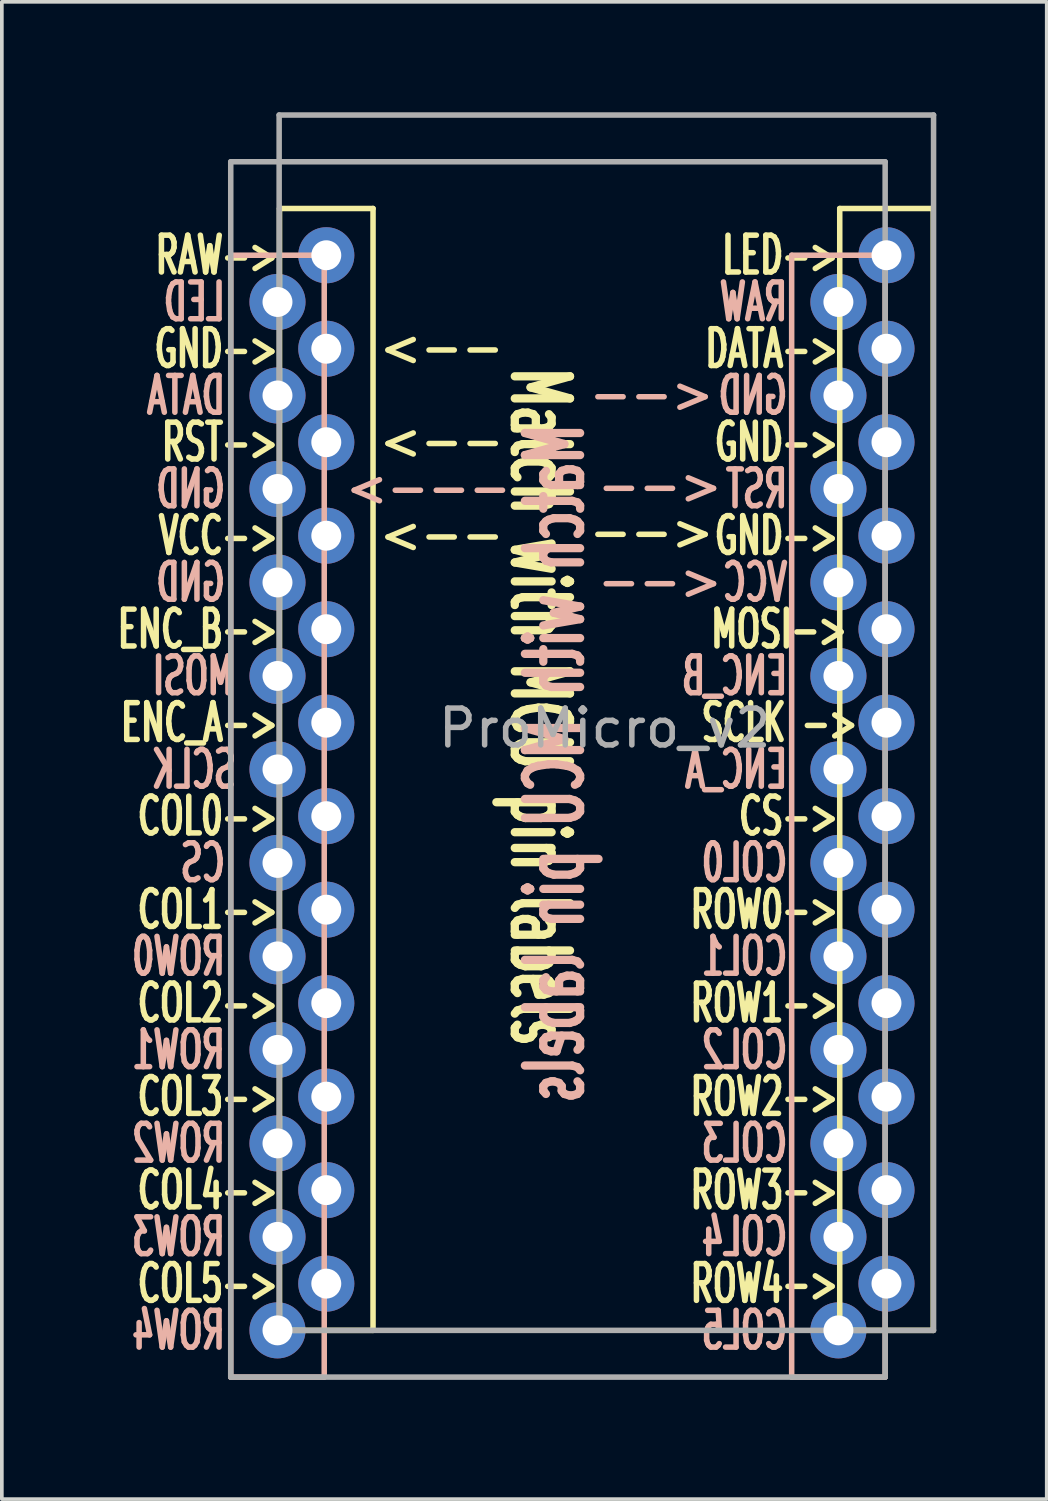
<source format=kicad_pcb>
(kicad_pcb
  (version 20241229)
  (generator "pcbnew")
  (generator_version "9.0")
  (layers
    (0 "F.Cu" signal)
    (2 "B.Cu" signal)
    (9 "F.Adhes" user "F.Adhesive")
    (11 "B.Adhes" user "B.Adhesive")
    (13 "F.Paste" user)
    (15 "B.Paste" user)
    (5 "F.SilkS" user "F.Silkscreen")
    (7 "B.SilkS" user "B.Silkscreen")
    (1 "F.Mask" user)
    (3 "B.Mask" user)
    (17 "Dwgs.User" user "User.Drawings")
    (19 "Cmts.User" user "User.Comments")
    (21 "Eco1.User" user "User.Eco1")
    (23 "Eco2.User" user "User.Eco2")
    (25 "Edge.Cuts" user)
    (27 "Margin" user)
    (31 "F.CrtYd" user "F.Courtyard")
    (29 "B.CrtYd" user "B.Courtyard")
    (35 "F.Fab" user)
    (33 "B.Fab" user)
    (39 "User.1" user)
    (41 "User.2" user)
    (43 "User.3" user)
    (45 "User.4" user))
  (footprint "ProMicro_v2"
    (layer "F.Cu")
    (at 13.379 18.363)
    (property "Reference" "ProMicro_v2" (at 0 -1.63 0) (layer "F.Fab") (effects (font (size 1 1) (thickness 0.15))))
    (attr through_hole)
    (fp_line (start -8.834 -15.748) (end -6.294 -15.748) (stroke (width 0.15) (type solid)) (layer "F.SilkS"))
    (fp_line (start -8.834 14.732) (end -8.834 -15.748) (stroke (width 0.15) (type solid)) (layer "F.SilkS"))
    (fp_line (start -6.294 -15.748) (end -6.294 14.732) (stroke (width 0.15) (type solid)) (layer "F.SilkS"))
    (fp_line (start -6.294 14.732) (end -8.834 14.732) (stroke (width 0.15) (type solid)) (layer "F.SilkS"))
    (fp_line (start 6.386 -15.748) (end 8.926 -15.748) (stroke (width 0.15) (type solid)) (layer "F.SilkS"))
    (fp_line (start 6.386 14.732) (end 6.386 -15.748) (stroke (width 0.15) (type solid)) (layer "F.SilkS"))
    (fp_line (start 8.926 -15.748) (end 8.926 14.732) (stroke (width 0.15) (type solid)) (layer "F.SilkS"))
    (fp_line (start 8.926 14.732) (end 6.386 14.732) (stroke (width 0.15) (type solid)) (layer "F.SilkS"))
    (fp_line (start -10.16 -14.478) (end -7.62 -14.478) (stroke (width 0.15) (type solid)) (layer "B.SilkS"))
    (fp_line (start -10.16 16.002) (end -10.16 -14.478) (stroke (width 0.15) (type solid)) (layer "B.SilkS"))
    (fp_line (start -7.62 -14.478) (end -7.62 16.002) (stroke (width 0.15) (type solid)) (layer "B.SilkS"))
    (fp_line (start -7.62 16.002) (end -10.16 16.002) (stroke (width 0.15) (type solid)) (layer "B.SilkS"))
    (fp_line (start 5.08 -14.478) (end 7.62 -14.478) (stroke (width 0.15) (type solid)) (layer "B.SilkS"))
    (fp_line (start 5.08 16.002) (end 5.08 -14.478) (stroke (width 0.15) (type solid)) (layer "B.SilkS"))
    (fp_line (start 7.62 -14.478) (end 7.62 16.002) (stroke (width 0.15) (type solid)) (layer "B.SilkS"))
    (fp_line (start 7.62 16.002) (end 5.08 16.002) (stroke (width 0.15) (type solid)) (layer "B.SilkS"))
    (fp_line (start -10.16 -17.018) (end 7.62 -17.018) (stroke (width 0.15) (type solid)) (layer "F.Fab"))
    (fp_line (start -10.16 16.002) (end -10.16 -17.018) (stroke (width 0.15) (type solid)) (layer "F.Fab"))
    (fp_line (start -8.845 -18.288) (end 8.935 -18.288) (stroke (width 0.15) (type solid)) (layer "F.Fab"))
    (fp_line (start -8.845 14.732) (end -8.845 -18.288) (stroke (width 0.15) (type solid)) (layer "F.Fab"))
    (fp_line (start 7.62 -17.018) (end 7.62 16.002) (stroke (width 0.15) (type solid)) (layer "F.Fab"))
    (fp_line (start 7.62 16.002) (end -10.16 16.002) (stroke (width 0.15) (type solid)) (layer "F.Fab"))
    (fp_line (start 8.935 -18.288) (end 8.935 14.732) (stroke (width 0.15) (type solid)) (layer "F.Fab"))
    (fp_line (start 8.935 14.732) (end -8.845 14.732) (stroke (width 0.15) (type solid)) (layer "F.Fab"))
    (fp_line (start -9.779 -14.351) (end -9.779 14.732) (stroke (width 0.12) (type solid)) (layer "User.3"))
    (fp_line (start -6.731 -14.351) (end -6.731 14.732) (stroke (width 0.12) (type solid)) (layer "User.3"))
    (fp_line (start 5.461 -14.351) (end 5.461 14.732) (stroke (width 0.12) (type solid)) (layer "User.3"))
    (fp_line (start 8.509 -14.351) (end 8.509 14.732) (stroke (width 0.12) (type solid)) (layer "User.3"))
    (fp_arc (start -9.779 -14.351) (mid -8.255 -15.875) (end -6.731 -14.351) (stroke (width 0.12) (type solid)) (layer "User.3"))
    (fp_arc (start -6.731 14.732) (mid -8.255 16.256) (end -9.779 14.732) (stroke (width 0.12) (type solid)) (layer "User.3"))
    (fp_arc (start 5.461 -14.351) (mid 6.985 -15.875) (end 8.509 -14.351) (stroke (width 0.12) (type solid)) (layer "User.3"))
    (fp_arc (start 8.509 14.732) (mid 6.985 16.256) (end 5.461 14.732) (stroke (width 0.12) (type solid)) (layer "User.3"))
    (fp_text user "ENC_B->" (at -11.057 -4.318 0) (layer "F.SilkS") (effects (font (size 1 0.6) (thickness 0.15))))
    (fp_text user "Match with MCU pin labels" (at -1.76 -2.21 270) (unlocked yes) (layer "F.SilkS") (effects (font (size 1.5 0.9) (thickness 0.225))))
    (fp_text user "GND->" (at 4.664 -9.398 0) (layer "F.SilkS") (effects (font (size 1 0.6) (thickness 0.15))))
    (fp_text user "COL4->" (at -10.786 10.922 0) (layer "F.SilkS") (effects (font (size 1 0.6) (thickness 0.15))))
    (fp_text user "<--" (at -6.2 -11.978 0) (unlocked yes) (layer "F.SilkS") (effects (font (size 1 0.9) (thickness 0.15)) (justify left)))
    (fp_text user "COL2->" (at -10.786 5.842 0) (layer "F.SilkS") (effects (font (size 1 0.6) (thickness 0.15))))
    (fp_text user "<--" (at -6.2 -9.438 0) (unlocked yes) (layer "F.SilkS") (effects (font (size 1 0.9) (thickness 0.15)) (justify left)))
    (fp_text user "ENC_A->" (at -11.014 -1.778 0) (layer "F.SilkS") (effects (font (size 1 0.6) (thickness 0.15))))
    (fp_text user "DATA->" (at 4.536 -11.938 0) (layer "F.SilkS") (effects (font (size 1 0.6) (thickness 0.15))))
    (fp_text user "LED->" (at 4.764 -14.478 0) (layer "F.SilkS") (effects (font (size 1 0.6) (thickness 0.15))))
    (fp_text user "<--" (at -6.2 -6.898 0) (unlocked yes) (layer "F.SilkS") (effects (font (size 1 0.9) (thickness 0.15)) (justify left)))
    (fp_text user "COL5->" (at -10.786 13.462 0) (layer "F.SilkS") (effects (font (size 1 0.6) (thickness 0.15))))
    (fp_text user "ROW4->" (at 4.336 13.462 0) (layer "F.SilkS") (effects (font (size 1 0.6) (thickness 0.15))))
    (fp_text user "ROW1->" (at 4.336 5.842 0) (layer "F.SilkS") (effects (font (size 1 0.6) (thickness 0.15))))
    (fp_text user "GND->" (at 4.664 -6.858 0) (layer "F.SilkS") (effects (font (size 1 0.6) (thickness 0.15))))
    (fp_text user "CS->" (at 4.993 0.762 0) (layer "F.SilkS") (effects (font (size 1 0.6) (thickness 0.15))))
    (fp_text user "SCLK ->" (at 4.75 -1.778 0) (layer "F.SilkS") (effects (font (size 1 0.6) (thickness 0.15))))
    (fp_text user "ROW2->" (at 4.336 8.382 0) (layer "F.SilkS") (effects (font (size 1 0.6) (thickness 0.15))))
    (fp_text user "RAW->" (at -10.543 -14.478 0) (layer "F.SilkS") (effects (font (size 1 0.6) (thickness 0.15))))
    (fp_text user "COL3->" (at -10.786 8.382 0) (layer "F.SilkS") (effects (font (size 1 0.6) (thickness 0.15))))
    (fp_text user "GND->" (at -10.557 -11.938 0) (layer "F.SilkS") (effects (font (size 1 0.6) (thickness 0.15))))
    (fp_text user "ROW0->" (at 4.336 3.302 0) (layer "F.SilkS") (effects (font (size 1 0.6) (thickness 0.15))))
    (fp_text user "COL0->" (at -10.786 0.762 0) (layer "F.SilkS") (effects (font (size 1 0.6) (thickness 0.15))))
    (fp_text user "MOSI->" (at 4.736 -4.318 0) (layer "F.SilkS") (effects (font (size 1 0.6) (thickness 0.15))))
    (fp_text user "VCC->" (at -10.5 -6.858 0) (layer "F.SilkS") (effects (font (size 1 0.6) (thickness 0.15))))
    (fp_text user "ROW3->" (at 4.336 10.922 0) (layer "F.SilkS") (effects (font (size 1 0.6) (thickness 0.15))))
    (fp_text user "RST->" (at -10.457 -9.398 0) (layer "F.SilkS") (effects (font (size 1 0.6) (thickness 0.15))))
    (fp_text user "COL1->" (at -10.786 3.302 0) (layer "F.SilkS") (effects (font (size 1 0.6) (thickness 0.15))))
    (fp_text user "-->" (at 3.042 -6.97 0) (unlocked yes) (layer "F.SilkS") (effects (font (size 1 0.9) (thickness 0.15)) (justify right)))
    (fp_text user "Match with MCU pin labels" (at -1.35 -0.67 90) (unlocked yes) (layer "B.SilkS") (effects (font (size 1.5 0.9) (thickness 0.225)) (justify mirror)))
    (fp_text user "--->" (at -7.118 -8.168 0) (unlocked yes) (layer "B.SilkS") (effects (font (size 1 0.9) (thickness 0.15)) (justify right mirror)))
    (fp_text user "COL4" (at 3.798 12.192 0) (layer "B.SilkS") (effects (font (size 1 0.6) (thickness 0.15)) (justify mirror)))
    (fp_text user "ROW3" (at -11.578 12.192 0) (layer "B.SilkS") (effects (font (size 1 0.6) (thickness 0.15)) (justify mirror)))
    (fp_text user "RAW" (at 4.041 -13.208 0) (layer "B.SilkS") (effects (font (size 1 0.6) (thickness 0.15)) (justify mirror)))
    (fp_text user "COL0" (at 3.798 2.032 0) (layer "B.SilkS") (effects (font (size 1 0.6) (thickness 0.15)) (justify mirror)))
    (fp_text user "COL3" (at 3.798 9.652 0) (layer "B.SilkS") (effects (font (size 1 0.6) (thickness 0.15)) (justify mirror)))
    (fp_text user "ENC_A" (at 3.57 -0.508 0) (layer "B.SilkS") (effects (font (size 1 0.6) (thickness 0.15)) (justify mirror)))
    (fp_text user "DATA" (at -11.378 -10.668 0) (layer "B.SilkS") (effects (font (size 1 0.6) (thickness 0.15)) (justify mirror)))
    (fp_text user "COL2" (at 3.798 7.112 0) (layer "B.SilkS") (effects (font (size 1 0.6) (thickness 0.15)) (justify mirror)))
    (fp_text user "RST" (at 4.127 -8.128 0) (layer "B.SilkS") (effects (font (size 1 0.6) (thickness 0.15)) (justify mirror)))
    (fp_text user "COL5" (at 3.798 14.732 0) (layer "B.SilkS") (effects (font (size 1 0.6) (thickness 0.15)) (justify mirror)))
    (fp_text user "GND" (at 4.027 -10.668 0) (layer "B.SilkS") (effects (font (size 1 0.6) (thickness 0.15)) (justify mirror)))
    (fp_text user "<--" (at 3.042 -10.708 0) (unlocked yes) (layer "B.SilkS") (effects (font (size 1 0.9) (thickness 0.15)) (justify left mirror)))
    (fp_text user "GND" (at -11.249 -8.128 0) (layer "B.SilkS") (effects (font (size 1 0.6) (thickness 0.15)) (justify mirror)))
    (fp_text user "COL1" (at 3.798 4.572 0) (layer "B.SilkS") (effects (font (size 1 0.6) (thickness 0.15)) (justify mirror)))
    (fp_text user "MOSI" (at -11.178 -3.048 0) (layer "B.SilkS") (effects (font (size 1 0.6) (thickness 0.15)) (justify mirror)))
    (fp_text user "VCC" (at 4.084 -5.588 0) (layer "B.SilkS") (effects (font (size 1 0.6) (thickness 0.15)) (justify mirror)))
    (fp_text user "<--" (at 1.5 -5.628 0) (unlocked yes) (layer "B.SilkS") (effects (font (size 1 0.9) (thickness 0.15)) (justify mirror)))
    (fp_text user "LED" (at -11.149 -13.208 0) (layer "B.SilkS") (effects (font (size 1 0.6) (thickness 0.15)) (justify mirror)))
    (fp_text user "ROW0" (at -11.578 4.572 0) (layer "B.SilkS") (effects (font (size 1 0.6) (thickness 0.15)) (justify mirror)))
    (fp_text user "ENC_B" (at 3.527 -3.048 0) (layer "B.SilkS") (effects (font (size 1 0.6) (thickness 0.15)) (justify mirror)))
    (fp_text user "<--" (at 1.5 -8.22 0) (unlocked yes) (layer "B.SilkS") (effects (font (size 1 0.9) (thickness 0.15)) (justify mirror)))
    (fp_text user "ROW4" (at -11.578 14.732 0) (layer "B.SilkS") (effects (font (size 1 0.6) (thickness 0.15)) (justify mirror)))
    (fp_text user "GND" (at -11.249 -5.588 0) (layer "B.SilkS") (effects (font (size 1 0.6) (thickness 0.15)) (justify mirror)))
    (fp_text user "ROW2" (at -11.578 9.652 0) (layer "B.SilkS") (effects (font (size 1 0.6) (thickness 0.15)) (justify mirror)))
    (fp_text user "SCLK" (at -11.163 -0.508 0) (layer "B.SilkS") (effects (font (size 1 0.6) (thickness 0.15)) (justify mirror)))
    (fp_text user "ROW1" (at -11.578 7.112 0) (layer "B.SilkS") (effects (font (size 1 0.6) (thickness 0.15)) (justify mirror)))
    (fp_text user "CS" (at -10.92 2.032 0) (layer "B.SilkS") (effects (font (size 1 0.6) (thickness 0.15)) (justify mirror)))
    (pad "1" thru_hole circle (at -8.89 -13.208) (size 1.524 1.524) (drill 0.813) (layers "*.Cu" "F.Mask"))
    (pad "1" thru_hole circle (at 7.656 -14.478) (size 1.524 1.524) (drill 0.813) (layers "*.Cu" "B.Mask"))
    (pad "2" thru_hole circle (at -8.89 -10.668) (size 1.524 1.524) (drill 0.813) (layers "*.Cu" "F.Mask"))
    (pad "2" thru_hole circle (at 7.656 -11.938) (size 1.524 1.524) (drill 0.813) (layers "*.Cu" "B.Mask"))
    (pad "3" thru_hole circle (at -8.89 -8.128) (size 1.524 1.524) (drill 0.813) (layers "*.Cu" "F.Mask"))
    (pad "3" thru_hole circle (at 7.656 -9.398) (size 1.524 1.524) (drill 0.813) (layers "*.Cu" "B.Mask"))
    (pad "4" thru_hole circle (at -8.89 -5.588) (size 1.524 1.524) (drill 0.813) (layers "*.Cu" "F.Mask"))
    (pad "4" thru_hole circle (at 7.656 -6.858) (size 1.524 1.524) (drill 0.813) (layers "*.Cu" "B.Mask"))
    (pad "5" thru_hole circle (at -8.89 -3.048) (size 1.524 1.524) (drill 0.813) (layers "*.Cu" "F.Mask"))
    (pad "5" thru_hole circle (at 7.656 -4.318) (size 1.524 1.524) (drill 0.813) (layers "*.Cu" "B.Mask"))
    (pad "6" thru_hole circle (at -8.89 -0.508) (size 1.524 1.524) (drill 0.813) (layers "*.Cu" "F.Mask"))
    (pad "6" thru_hole circle (at 7.656 -1.778) (size 1.524 1.524) (drill 0.813) (layers "*.Cu" "B.Mask"))
    (pad "7" thru_hole circle (at -8.89 2.032) (size 1.524 1.524) (drill 0.813) (layers "*.Cu" "F.Mask"))
    (pad "7" thru_hole circle (at 7.656 0.762) (size 1.524 1.524) (drill 0.813) (layers "*.Cu" "B.Mask"))
    (pad "8" thru_hole circle (at -8.89 4.572) (size 1.524 1.524) (drill 0.813) (layers "*.Cu" "F.Mask"))
    (pad "8" thru_hole circle (at 7.656 3.302) (size 1.524 1.524) (drill 0.813) (layers "*.Cu" "B.Mask"))
    (pad "9" thru_hole circle (at -8.89 7.112) (size 1.524 1.524) (drill 0.813) (layers "*.Cu" "F.Mask"))
    (pad "9" thru_hole circle (at 7.656 5.842) (size 1.524 1.524) (drill 0.813) (layers "*.Cu" "B.Mask"))
    (pad "10" thru_hole circle (at -8.89 9.652) (size 1.524 1.524) (drill 0.813) (layers "*.Cu" "F.Mask"))
    (pad "10" thru_hole circle (at 7.656 8.382) (size 1.524 1.524) (drill 0.813) (layers "*.Cu" "B.Mask"))
    (pad "11" thru_hole circle (at -8.89 12.192) (size 1.524 1.524) (drill 0.813) (layers "*.Cu" "F.Mask"))
    (pad "11" thru_hole circle (at 7.656 10.922) (size 1.524 1.524) (drill 0.813) (layers "*.Cu" "B.Mask"))
    (pad "12" thru_hole circle (at -8.89 14.732) (size 1.524 1.524) (drill 0.813) (layers "*.Cu" "F.Mask"))
    (pad "12" thru_hole circle (at 7.656 13.462) (size 1.524 1.524) (drill 0.813) (layers "*.Cu" "B.Mask"))
    (pad "13" thru_hole circle (at -7.564 13.462) (size 1.524 1.524) (drill 0.813) (layers "*.Cu" "B.Mask"))
    (pad "13" thru_hole circle (at 6.35 14.732) (size 1.524 1.524) (drill 0.813) (layers "*.Cu" "F.Mask"))
    (pad "14" thru_hole circle (at -7.564 10.922) (size 1.524 1.524) (drill 0.813) (layers "*.Cu" "B.Mask"))
    (pad "14" thru_hole circle (at 6.35 12.192) (size 1.524 1.524) (drill 0.813) (layers "*.Cu" "F.Mask"))
    (pad "15" thru_hole circle (at -7.564 8.382) (size 1.524 1.524) (drill 0.813) (layers "*.Cu" "B.Mask"))
    (pad "15" thru_hole circle (at 6.35 9.652) (size 1.524 1.524) (drill 0.813) (layers "*.Cu" "F.Mask"))
    (pad "16" thru_hole circle (at -7.564 5.842) (size 1.524 1.524) (drill 0.813) (layers "*.Cu" "B.Mask"))
    (pad "16" thru_hole circle (at 6.35 7.112) (size 1.524 1.524) (drill 0.813) (layers "*.Cu" "F.Mask"))
    (pad "17" thru_hole circle (at -7.564 3.302) (size 1.524 1.524) (drill 0.813) (layers "*.Cu" "B.Mask"))
    (pad "17" thru_hole circle (at 6.35 4.572) (size 1.524 1.524) (drill 0.813) (layers "*.Cu" "F.Mask"))
    (pad "18" thru_hole circle (at -7.564 0.762) (size 1.524 1.524) (drill 0.813) (layers "*.Cu" "B.Mask"))
    (pad "18" thru_hole circle (at 6.35 2.032) (size 1.524 1.524) (drill 0.813) (layers "*.Cu" "F.Mask"))
    (pad "19" thru_hole circle (at -7.564 -1.778) (size 1.524 1.524) (drill 0.813) (layers "*.Cu" "B.Mask"))
    (pad "19" thru_hole circle (at 6.35 -0.508) (size 1.524 1.524) (drill 0.813) (layers "*.Cu" "F.Mask"))
    (pad "20" thru_hole circle (at -7.564 -4.318) (size 1.524 1.524) (drill 0.813) (layers "*.Cu" "B.Mask"))
    (pad "20" thru_hole circle (at 6.35 -3.048) (size 1.524 1.524) (drill 0.813) (layers "*.Cu" "F.Mask"))
    (pad "21" thru_hole circle (at -7.564 -6.858) (size 1.524 1.524) (drill 0.813) (layers "*.Cu" "B.Mask"))
    (pad "21" thru_hole circle (at 6.35 -5.588) (size 1.524 1.524) (drill 0.813) (layers "*.Cu" "F.Mask"))
    (pad "22" thru_hole circle (at -7.564 -9.398) (size 1.524 1.524) (drill 0.813) (layers "*.Cu" "B.Mask"))
    (pad "22" thru_hole circle (at 6.35 -8.128) (size 1.524 1.524) (drill 0.813) (layers "*.Cu" "F.Mask"))
    (pad "23" thru_hole circle (at -7.564 -11.938) (size 1.524 1.524) (drill 0.813) (layers "*.Cu" "B.Mask"))
    (pad "23" thru_hole circle (at 6.35 -10.668) (size 1.524 1.524) (drill 0.813) (layers "*.Cu" "F.Mask"))
    (pad "24" thru_hole circle (at -7.564 -14.478) (size 1.524 1.524) (drill 0.813) (layers "*.Cu" "B.Mask"))
    (pad "24" thru_hole circle (at 6.35 -13.208) (size 1.524 1.524) (drill 0.813) (layers "*.Cu" "F.Mask")))
  (gr_rect
    (start -3 -3)
    (end 25.389 37.679)
    (stroke (width 0.1) (type default))
    (fill no)
    (layer "Edge.Cuts")))
</source>
